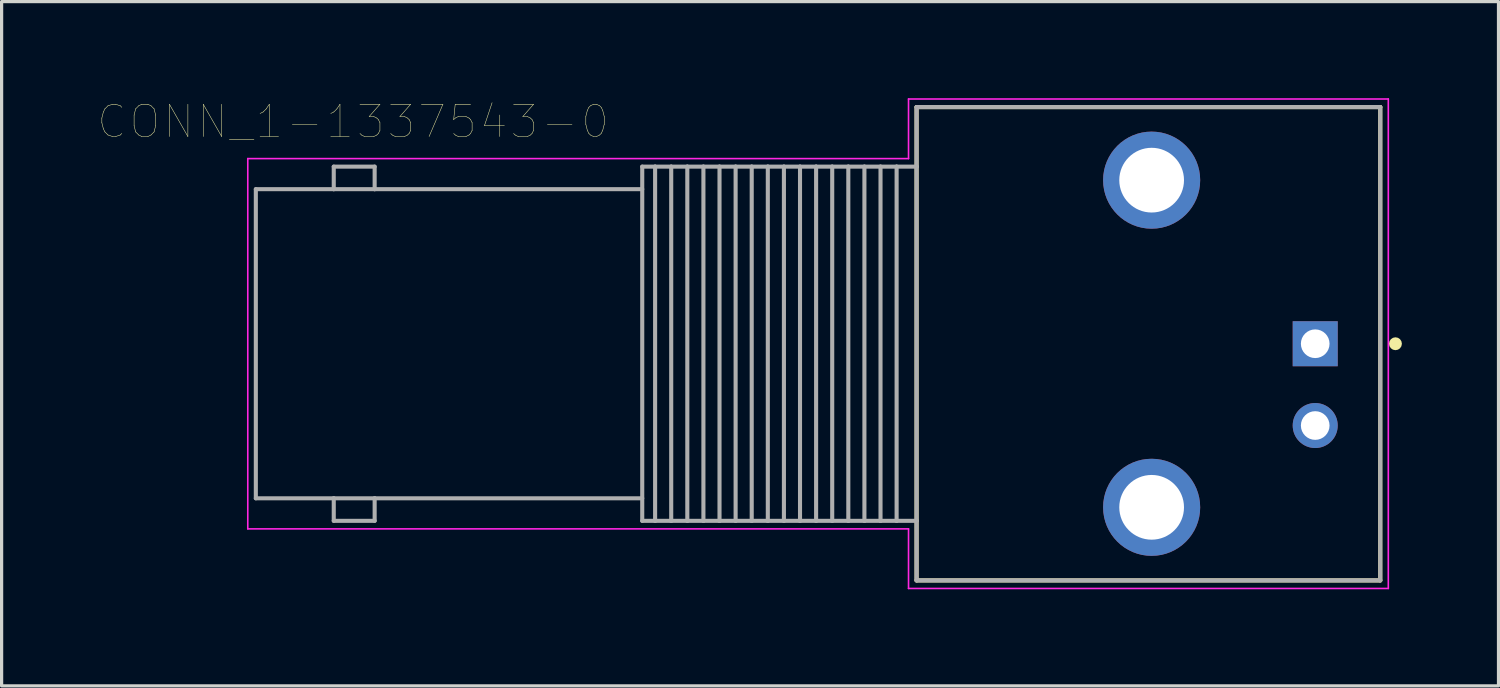
<source format=kicad_pcb>
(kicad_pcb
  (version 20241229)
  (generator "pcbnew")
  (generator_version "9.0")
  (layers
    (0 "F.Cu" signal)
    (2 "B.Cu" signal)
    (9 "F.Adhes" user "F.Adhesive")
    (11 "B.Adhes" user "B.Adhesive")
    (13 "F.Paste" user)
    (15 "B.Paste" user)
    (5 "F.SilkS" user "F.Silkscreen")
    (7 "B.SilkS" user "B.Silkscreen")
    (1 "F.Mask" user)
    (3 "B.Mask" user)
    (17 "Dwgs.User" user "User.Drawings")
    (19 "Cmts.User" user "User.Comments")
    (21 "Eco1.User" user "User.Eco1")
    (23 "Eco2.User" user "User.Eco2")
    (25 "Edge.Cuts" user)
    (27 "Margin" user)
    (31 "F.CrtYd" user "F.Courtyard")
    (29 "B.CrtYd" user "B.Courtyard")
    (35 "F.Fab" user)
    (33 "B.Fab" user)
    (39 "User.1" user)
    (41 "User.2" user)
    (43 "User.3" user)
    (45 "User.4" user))
  (footprint "CONN_1-1337543-0"
    (layer "F.Cu")
    (at 37.795 7.625)
    (property "Reference" "CONN_1-1337543-0" (at -29.881 -6.898 0) (layer "F.SilkS") (effects (font (size 1.002 1.002) (thickness 0.015))))
    (attr through_hole)
    (fp_line (start -12.38 -7.35) (end 2.02 -7.35) (stroke (width 0.127) (type solid)) (layer "F.SilkS"))
    (fp_line (start -12.38 -5.5) (end -12.38 -7.35) (stroke (width 0.127) (type solid)) (layer "F.SilkS"))
    (fp_line (start -12.38 5.5) (end -12.38 -5.5) (stroke (width 0.127) (type solid)) (layer "F.SilkS"))
    (fp_line (start -12.38 7.35) (end -12.38 5.5) (stroke (width 0.127) (type solid)) (layer "F.SilkS"))
    (fp_line (start 2.02 -7.35) (end 2.02 7.35) (stroke (width 0.127) (type solid)) (layer "F.SilkS"))
    (fp_line (start 2.02 7.35) (end -12.38 7.35) (stroke (width 0.127) (type solid)) (layer "F.SilkS"))
    (fp_circle (center 2.492 0) (end 2.592 0) (stroke (width 0.2) (type solid)) (fill no) (layer "F.SilkS"))
    (fp_line (start -33.15 -5.75) (end -12.63 -5.75) (stroke (width 0.05) (type solid)) (layer "F.CrtYd"))
    (fp_line (start -33.15 5.75) (end -33.15 -5.75) (stroke (width 0.05) (type solid)) (layer "F.CrtYd"))
    (fp_line (start -12.63 -7.6) (end 2.27 -7.6) (stroke (width 0.05) (type solid)) (layer "F.CrtYd"))
    (fp_line (start -12.63 -5.75) (end -12.63 -7.6) (stroke (width 0.05) (type solid)) (layer "F.CrtYd"))
    (fp_line (start -12.63 5.75) (end -33.15 5.75) (stroke (width 0.05) (type solid)) (layer "F.CrtYd"))
    (fp_line (start -12.63 7.6) (end -12.63 5.75) (stroke (width 0.05) (type solid)) (layer "F.CrtYd"))
    (fp_line (start 2.27 -7.6) (end 2.27 7.6) (stroke (width 0.05) (type solid)) (layer "F.CrtYd"))
    (fp_line (start 2.27 7.6) (end -12.63 7.6) (stroke (width 0.05) (type solid)) (layer "F.CrtYd"))
    (fp_line (start -32.9 -4.8) (end -32.9 4.8) (stroke (width 0.127) (type solid)) (layer "F.Fab"))
    (fp_line (start -32.9 4.8) (end -30.48 4.8) (stroke (width 0.127) (type solid)) (layer "F.Fab"))
    (fp_line (start -30.48 -5.5) (end -30.48 -4.8) (stroke (width 0.127) (type solid)) (layer "F.Fab"))
    (fp_line (start -30.48 -5.5) (end -29.21 -5.5) (stroke (width 0.127) (type solid)) (layer "F.Fab"))
    (fp_line (start -30.48 -4.8) (end -32.9 -4.8) (stroke (width 0.127) (type solid)) (layer "F.Fab"))
    (fp_line (start -30.48 4.8) (end -30.48 5.5) (stroke (width 0.127) (type solid)) (layer "F.Fab"))
    (fp_line (start -30.48 4.8) (end -29.21 4.8) (stroke (width 0.127) (type solid)) (layer "F.Fab"))
    (fp_line (start -30.48 5.5) (end -29.21 5.5) (stroke (width 0.127) (type solid)) (layer "F.Fab"))
    (fp_line (start -29.21 -5.5) (end -29.21 -4.8) (stroke (width 0.127) (type solid)) (layer "F.Fab"))
    (fp_line (start -29.21 -4.8) (end -30.48 -4.8) (stroke (width 0.127) (type solid)) (layer "F.Fab"))
    (fp_line (start -29.21 4.8) (end -20.9 4.8) (stroke (width 0.127) (type solid)) (layer "F.Fab"))
    (fp_line (start -29.21 5.5) (end -29.21 4.8) (stroke (width 0.127) (type solid)) (layer "F.Fab"))
    (fp_line (start -20.9 -5.5) (end -20.9 5.5) (stroke (width 0.127) (type solid)) (layer "F.Fab"))
    (fp_line (start -20.9 -4.8) (end -29.21 -4.8) (stroke (width 0.127) (type solid)) (layer "F.Fab"))
    (fp_line (start -20.9 5.5) (end -20.5 5.5) (stroke (width 0.127) (type solid)) (layer "F.Fab"))
    (fp_line (start -20.5 -5.5) (end -20.9 -5.5) (stroke (width 0.127) (type solid)) (layer "F.Fab"))
    (fp_line (start -20.5 -5.5) (end -20.5 5.5) (stroke (width 0.127) (type solid)) (layer "F.Fab"))
    (fp_line (start -20.5 5.5) (end -20 5.5) (stroke (width 0.127) (type solid)) (layer "F.Fab"))
    (fp_line (start -20 -5.5) (end -20.5 -5.5) (stroke (width 0.127) (type solid)) (layer "F.Fab"))
    (fp_line (start -20 -5.5) (end -20 5.5) (stroke (width 0.127) (type solid)) (layer "F.Fab"))
    (fp_line (start -20 5.5) (end -19.5 5.5) (stroke (width 0.127) (type solid)) (layer "F.Fab"))
    (fp_line (start -19.5 -5.5) (end -20 -5.5) (stroke (width 0.127) (type solid)) (layer "F.Fab"))
    (fp_line (start -19.5 -5.5) (end -19.5 5.5) (stroke (width 0.127) (type solid)) (layer "F.Fab"))
    (fp_line (start -19.5 5.5) (end -19 5.5) (stroke (width 0.127) (type solid)) (layer "F.Fab"))
    (fp_line (start -19 -5.5) (end -19.5 -5.5) (stroke (width 0.127) (type solid)) (layer "F.Fab"))
    (fp_line (start -19 -5.5) (end -19 5.5) (stroke (width 0.127) (type solid)) (layer "F.Fab"))
    (fp_line (start -19 5.5) (end -18.5 5.5) (stroke (width 0.127) (type solid)) (layer "F.Fab"))
    (fp_line (start -18.5 -5.5) (end -19 -5.5) (stroke (width 0.127) (type solid)) (layer "F.Fab"))
    (fp_line (start -18.5 -5.5) (end -18.5 5.5) (stroke (width 0.127) (type solid)) (layer "F.Fab"))
    (fp_line (start -18.5 5.5) (end -18 5.5) (stroke (width 0.127) (type solid)) (layer "F.Fab"))
    (fp_line (start -18 -5.5) (end -18.5 -5.5) (stroke (width 0.127) (type solid)) (layer "F.Fab"))
    (fp_line (start -18 -5.5) (end -18 5.5) (stroke (width 0.127) (type solid)) (layer "F.Fab"))
    (fp_line (start -18 5.5) (end -17.5 5.5) (stroke (width 0.127) (type solid)) (layer "F.Fab"))
    (fp_line (start -17.5 -5.5) (end -18 -5.5) (stroke (width 0.127) (type solid)) (layer "F.Fab"))
    (fp_line (start -17.5 -5.5) (end -17.5 5.5) (stroke (width 0.127) (type solid)) (layer "F.Fab"))
    (fp_line (start -17.5 5.5) (end -17 5.5) (stroke (width 0.127) (type solid)) (layer "F.Fab"))
    (fp_line (start -17 -5.5) (end -17.5 -5.5) (stroke (width 0.127) (type solid)) (layer "F.Fab"))
    (fp_line (start -17 -5.5) (end -17 5.5) (stroke (width 0.127) (type solid)) (layer "F.Fab"))
    (fp_line (start -17 5.5) (end -16.5 5.5) (stroke (width 0.127) (type solid)) (layer "F.Fab"))
    (fp_line (start -16.5 -5.5) (end -17 -5.5) (stroke (width 0.127) (type solid)) (layer "F.Fab"))
    (fp_line (start -16.5 -5.5) (end -16.5 5.5) (stroke (width 0.127) (type solid)) (layer "F.Fab"))
    (fp_line (start -16.5 5.5) (end -16 5.5) (stroke (width 0.127) (type solid)) (layer "F.Fab"))
    (fp_line (start -16 -5.5) (end -16.5 -5.5) (stroke (width 0.127) (type solid)) (layer "F.Fab"))
    (fp_line (start -16 -5.5) (end -16 5.5) (stroke (width 0.127) (type solid)) (layer "F.Fab"))
    (fp_line (start -16 5.5) (end -15.5 5.5) (stroke (width 0.127) (type solid)) (layer "F.Fab"))
    (fp_line (start -15.5 -5.5) (end -16 -5.5) (stroke (width 0.127) (type solid)) (layer "F.Fab"))
    (fp_line (start -15.5 -5.5) (end -15.5 5.5) (stroke (width 0.127) (type solid)) (layer "F.Fab"))
    (fp_line (start -15.5 5.5) (end -15 5.5) (stroke (width 0.127) (type solid)) (layer "F.Fab"))
    (fp_line (start -15 -5.5) (end -15.5 -5.5) (stroke (width 0.127) (type solid)) (layer "F.Fab"))
    (fp_line (start -15 -5.5) (end -15 5.5) (stroke (width 0.127) (type solid)) (layer "F.Fab"))
    (fp_line (start -15 5.5) (end -14.5 5.5) (stroke (width 0.127) (type solid)) (layer "F.Fab"))
    (fp_line (start -14.5 -5.5) (end -15 -5.5) (stroke (width 0.127) (type solid)) (layer "F.Fab"))
    (fp_line (start -14.5 -5.5) (end -14.5 5.5) (stroke (width 0.127) (type solid)) (layer "F.Fab"))
    (fp_line (start -14.5 5.5) (end -14 5.5) (stroke (width 0.127) (type solid)) (layer "F.Fab"))
    (fp_line (start -14 -5.5) (end -14.5 -5.5) (stroke (width 0.127) (type solid)) (layer "F.Fab"))
    (fp_line (start -14 -5.5) (end -14 5.5) (stroke (width 0.127) (type solid)) (layer "F.Fab"))
    (fp_line (start -14 5.5) (end -13.5 5.5) (stroke (width 0.127) (type solid)) (layer "F.Fab"))
    (fp_line (start -13.5 -5.5) (end -14 -5.5) (stroke (width 0.127) (type solid)) (layer "F.Fab"))
    (fp_line (start -13.5 -5.5) (end -13.5 5.5) (stroke (width 0.127) (type solid)) (layer "F.Fab"))
    (fp_line (start -13.5 5.5) (end -13 5.5) (stroke (width 0.127) (type solid)) (layer "F.Fab"))
    (fp_line (start -13 -5.5) (end -13.5 -5.5) (stroke (width 0.127) (type solid)) (layer "F.Fab"))
    (fp_line (start -13 -5.5) (end -13 5.5) (stroke (width 0.127) (type solid)) (layer "F.Fab"))
    (fp_line (start -13 5.5) (end -12.38 5.5) (stroke (width 0.127) (type solid)) (layer "F.Fab"))
    (fp_line (start -12.38 -7.35) (end 2.02 -7.35) (stroke (width 0.127) (type solid)) (layer "F.Fab"))
    (fp_line (start -12.38 -5.5) (end -13 -5.5) (stroke (width 0.127) (type solid)) (layer "F.Fab"))
    (fp_line (start -12.38 -5.5) (end -12.38 -7.35) (stroke (width 0.127) (type solid)) (layer "F.Fab"))
    (fp_line (start -12.38 5.5) (end -12.38 -5.5) (stroke (width 0.127) (type solid)) (layer "F.Fab"))
    (fp_line (start -12.38 7.35) (end -12.38 5.5) (stroke (width 0.127) (type solid)) (layer "F.Fab"))
    (fp_line (start 2.02 -7.35) (end 2.02 7.35) (stroke (width 0.127) (type solid)) (layer "F.Fab"))
    (fp_line (start 2.02 7.35) (end -12.38 7.35) (stroke (width 0.127) (type solid)) (layer "F.Fab"))
    (pad "1" thru_hole rect (at 0 0) (size 1.398 1.398) (drill 0.89) (layers "*.Cu" "*.Mask"))
    (pad "2" thru_hole circle (at 0 2.54) (size 1.398 1.398) (drill 0.89) (layers "*.Cu" "*.Mask"))
    (pad "P1" thru_hole circle (at -5.08 5.08) (size 3.015 3.015) (drill 2.01) (layers "*.Cu" "*.Mask"))
    (pad "P2" thru_hole circle (at -5.08 -5.08) (size 3.015 3.015) (drill 2.01) (layers "*.Cu" "*.Mask")))
  (gr_rect
    (start -3 -3)
    (end 43.487 18.25)
    (stroke (width 0.1) (type default))
    (fill no)
    (layer "Edge.Cuts")))
</source>
